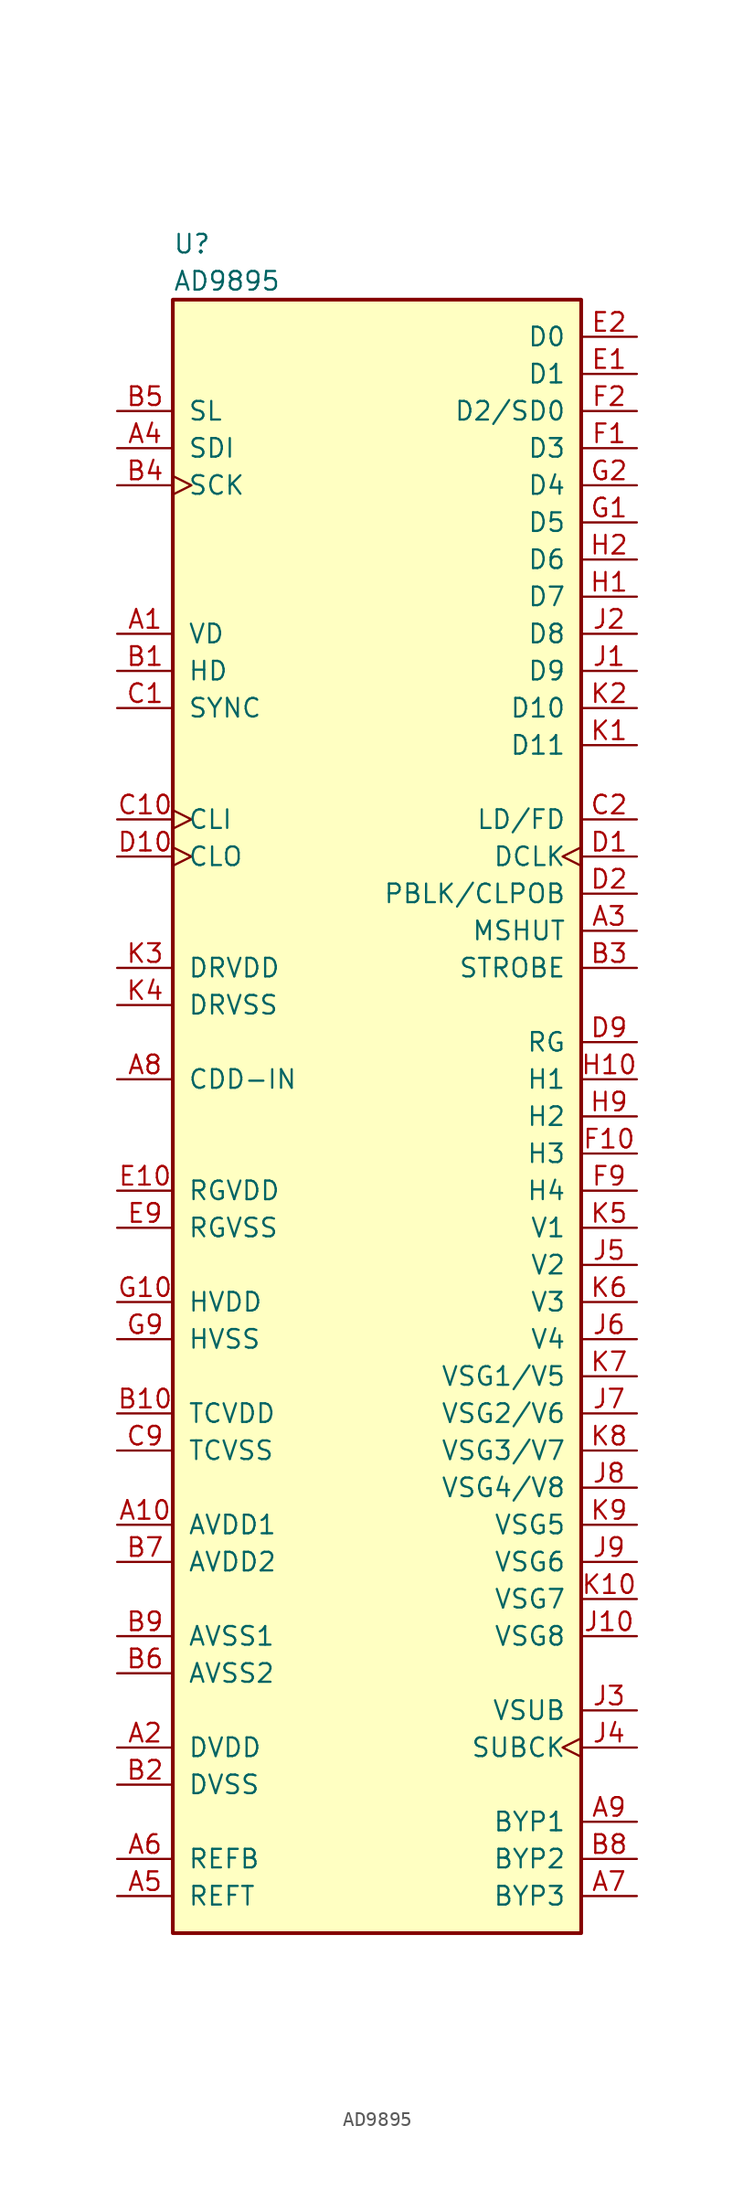
<source format=kicad_sym>
(kicad_symbol_lib
  (version 20220914)
  (generator kicad_symbol_editor)
  (symbol "AD9895"
    (pin_names
      (offset 1.016))
    (property "Reference" "U"
      (at -13.97 59.69 0)
      (effects (font (size 1.27 1.27)) (justify left)))
    (property "Value" "AD9895"
      (at -13.97 57.15 0)
      (effects (font (size 1.27 1.27)) (justify left)))
    (symbol "AD9895_0_1"
      (rectangle (start 13.97 -55.88) (end -13.97 55.88) (stroke (width 0.254) (type default)) (fill (type background))))
    (symbol "AD9895_1_1"
      (pin bidirectional line (at -17.78 33.02 0) (length 3.81) (name "VD" (effects (font (size 1.27 1.27)))) (number "A1" (effects (font (size 1.27 1.27)))))
      (pin power_in line (at -17.78 -27.94 0) (length 3.81) (name "AVDD1" (effects (font (size 1.27 1.27)))) (number "A10" (effects (font (size 1.27 1.27)))))
      (pin power_in line (at -17.78 -43.18 0) (length 3.81) (name "DVDD" (effects (font (size 1.27 1.27)))) (number "A2" (effects (font (size 1.27 1.27)))))
      (pin output line (at 17.78 12.7 180) (length 3.81) (name "MSHUT" (effects (font (size 1.27 1.27)))) (number "A3" (effects (font (size 1.27 1.27)))))
      (pin input line (at -17.78 45.72 0) (length 3.81) (name "SDI" (effects (font (size 1.27 1.27)))) (number "A4" (effects (font (size 1.27 1.27)))))
      (pin output line (at -17.78 -53.34 0) (length 3.81) (name "REFT" (effects (font (size 1.27 1.27)))) (number "A5" (effects (font (size 1.27 1.27)))))
      (pin output line (at -17.78 -50.8 0) (length 3.81) (name "REFB" (effects (font (size 1.27 1.27)))) (number "A6" (effects (font (size 1.27 1.27)))))
      (pin output line (at 17.78 -53.34 180) (length 3.81) (name "BYP3" (effects (font (size 1.27 1.27)))) (number "A7" (effects (font (size 1.27 1.27)))))
      (pin input line (at -17.78 2.54 0) (length 3.81) (name "CDD-IN" (effects (font (size 1.27 1.27)))) (number "A8" (effects (font (size 1.27 1.27)))))
      (pin output line (at 17.78 -48.26 180) (length 3.81) (name "BYP1" (effects (font (size 1.27 1.27)))) (number "A9" (effects (font (size 1.27 1.27)))))
      (pin bidirectional line (at -17.78 30.48 0) (length 3.81) (name "HD" (effects (font (size 1.27 1.27)))) (number "B1" (effects (font (size 1.27 1.27)))))
      (pin power_in line (at -17.78 -20.32 0) (length 3.81) (name "TCVDD" (effects (font (size 1.27 1.27)))) (number "B10" (effects (font (size 1.27 1.27)))))
      (pin power_in line (at -17.78 -45.72 0) (length 3.81) (name "DVSS" (effects (font (size 1.27 1.27)))) (number "B2" (effects (font (size 1.27 1.27)))))
      (pin output line (at 17.78 10.16 180) (length 3.81) (name "STROBE" (effects (font (size 1.27 1.27)))) (number "B3" (effects (font (size 1.27 1.27)))))
      (pin input clock (at -17.78 43.18 0) (length 3.81) (name "SCK" (effects (font (size 1.27 1.27)))) (number "B4" (effects (font (size 1.27 1.27)))))
      (pin input line (at -17.78 48.26 0) (length 3.81) (name "SL" (effects (font (size 1.27 1.27)))) (number "B5" (effects (font (size 1.27 1.27)))))
      (pin power_in line (at -17.78 -38.1 0) (length 3.81) (name "AVSS2" (effects (font (size 1.27 1.27)))) (number "B6" (effects (font (size 1.27 1.27)))))
      (pin power_in line (at -17.78 -30.48 0) (length 3.81) (name "AVDD2" (effects (font (size 1.27 1.27)))) (number "B7" (effects (font (size 1.27 1.27)))))
      (pin output line (at 17.78 -50.8 180) (length 3.81) (name "BYP2" (effects (font (size 1.27 1.27)))) (number "B8" (effects (font (size 1.27 1.27)))))
      (pin power_in line (at -17.78 -35.56 0) (length 3.81) (name "AVSS1" (effects (font (size 1.27 1.27)))) (number "B9" (effects (font (size 1.27 1.27)))))
      (pin input line (at -17.78 27.94 0) (length 3.81) (name "SYNC" (effects (font (size 1.27 1.27)))) (number "C1" (effects (font (size 1.27 1.27)))))
      (pin input clock (at -17.78 20.32 0) (length 3.81) (name "CLI" (effects (font (size 1.27 1.27)))) (number "C10" (effects (font (size 1.27 1.27)))))
      (pin output line (at 17.78 20.32 180) (length 3.81) (name "LD/FD" (effects (font (size 1.27 1.27)))) (number "C2" (effects (font (size 1.27 1.27)))))
      (pin power_in line (at -17.78 -22.86 0) (length 3.81) (name "TCVSS" (effects (font (size 1.27 1.27)))) (number "C9" (effects (font (size 1.27 1.27)))))
      (pin output clock (at 17.78 17.78 180) (length 3.81) (name "DCLK" (effects (font (size 1.27 1.27)))) (number "D1" (effects (font (size 1.27 1.27)))))
      (pin output clock (at -17.78 17.78 0) (length 3.81) (name "CLO" (effects (font (size 1.27 1.27)))) (number "D10" (effects (font (size 1.27 1.27)))))
      (pin output line (at 17.78 15.24 180) (length 3.81) (name "PBLK/CLPOB" (effects (font (size 1.27 1.27)))) (number "D2" (effects (font (size 1.27 1.27)))))
      (pin output line (at 17.78 5.08 180) (length 3.81) (name "RG" (effects (font (size 1.27 1.27)))) (number "D9" (effects (font (size 1.27 1.27)))))
      (pin output line (at 17.78 50.8 180) (length 3.81) (name "D1" (effects (font (size 1.27 1.27)))) (number "E1" (effects (font (size 1.27 1.27)))))
      (pin power_in line (at -17.78 -5.08 0) (length 3.81) (name "RGVDD" (effects (font (size 1.27 1.27)))) (number "E10" (effects (font (size 1.27 1.27)))))
      (pin output line (at 17.78 53.34 180) (length 3.81) (name "D0" (effects (font (size 1.27 1.27)))) (number "E2" (effects (font (size 1.27 1.27)))))
      (pin power_in line (at -17.78 -7.62 0) (length 3.81) (name "RGVSS" (effects (font (size 1.27 1.27)))) (number "E9" (effects (font (size 1.27 1.27)))))
      (pin output line (at 17.78 45.72 180) (length 3.81) (name "D3" (effects (font (size 1.27 1.27)))) (number "F1" (effects (font (size 1.27 1.27)))))
      (pin output line (at 17.78 -2.54 180) (length 3.81) (name "H3" (effects (font (size 1.27 1.27)))) (number "F10" (effects (font (size 1.27 1.27)))))
      (pin output line (at 17.78 48.26 180) (length 3.81) (name "D2/SD0" (effects (font (size 1.27 1.27)))) (number "F2" (effects (font (size 1.27 1.27)))))
      (pin output line (at 17.78 -5.08 180) (length 3.81) (name "H4" (effects (font (size 1.27 1.27)))) (number "F9" (effects (font (size 1.27 1.27)))))
      (pin output line (at 17.78 40.64 180) (length 3.81) (name "D5" (effects (font (size 1.27 1.27)))) (number "G1" (effects (font (size 1.27 1.27)))))
      (pin power_in line (at -17.78 -12.7 0) (length 3.81) (name "HVDD" (effects (font (size 1.27 1.27)))) (number "G10" (effects (font (size 1.27 1.27)))))
      (pin output line (at 17.78 43.18 180) (length 3.81) (name "D4" (effects (font (size 1.27 1.27)))) (number "G2" (effects (font (size 1.27 1.27)))))
      (pin power_in line (at -17.78 -15.24 0) (length 3.81) (name "HVSS" (effects (font (size 1.27 1.27)))) (number "G9" (effects (font (size 1.27 1.27)))))
      (pin output line (at 17.78 35.56 180) (length 3.81) (name "D7" (effects (font (size 1.27 1.27)))) (number "H1" (effects (font (size 1.27 1.27)))))
      (pin output line (at 17.78 2.54 180) (length 3.81) (name "H1" (effects (font (size 1.27 1.27)))) (number "H10" (effects (font (size 1.27 1.27)))))
      (pin output line (at 17.78 38.1 180) (length 3.81) (name "D6" (effects (font (size 1.27 1.27)))) (number "H2" (effects (font (size 1.27 1.27)))))
      (pin output line (at 17.78 0 180) (length 3.81) (name "H2" (effects (font (size 1.27 1.27)))) (number "H9" (effects (font (size 1.27 1.27)))))
      (pin output line (at 17.78 30.48 180) (length 3.81) (name "D9" (effects (font (size 1.27 1.27)))) (number "J1" (effects (font (size 1.27 1.27)))))
      (pin output line (at 17.78 -35.56 180) (length 3.81) (name "VSG8" (effects (font (size 1.27 1.27)))) (number "J10" (effects (font (size 1.27 1.27)))))
      (pin output line (at 17.78 33.02 180) (length 3.81) (name "D8" (effects (font (size 1.27 1.27)))) (number "J2" (effects (font (size 1.27 1.27)))))
      (pin output line (at 17.78 -40.64 180) (length 3.81) (name "VSUB" (effects (font (size 1.27 1.27)))) (number "J3" (effects (font (size 1.27 1.27)))))
      (pin output clock (at 17.78 -43.18 180) (length 3.81) (name "SUBCK" (effects (font (size 1.27 1.27)))) (number "J4" (effects (font (size 1.27 1.27)))))
      (pin output line (at 17.78 -10.16 180) (length 3.81) (name "V2" (effects (font (size 1.27 1.27)))) (number "J5" (effects (font (size 1.27 1.27)))))
      (pin output line (at 17.78 -15.24 180) (length 3.81) (name "V4" (effects (font (size 1.27 1.27)))) (number "J6" (effects (font (size 1.27 1.27)))))
      (pin output line (at 17.78 -20.32 180) (length 3.81) (name "VSG2/V6" (effects (font (size 1.27 1.27)))) (number "J7" (effects (font (size 1.27 1.27)))))
      (pin output line (at 17.78 -25.4 180) (length 3.81) (name "VSG4/V8" (effects (font (size 1.27 1.27)))) (number "J8" (effects (font (size 1.27 1.27)))))
      (pin output line (at 17.78 -30.48 180) (length 3.81) (name "VSG6" (effects (font (size 1.27 1.27)))) (number "J9" (effects (font (size 1.27 1.27)))))
      (pin input line (at 17.78 25.4 180) (length 3.81) (name "D11" (effects (font (size 1.27 1.27)))) (number "K1" (effects (font (size 1.27 1.27)))))
      (pin output line (at 17.78 -33.02 180) (length 3.81) (name "VSG7" (effects (font (size 1.27 1.27)))) (number "K10" (effects (font (size 1.27 1.27)))))
      (pin output line (at 17.78 27.94 180) (length 3.81) (name "D10" (effects (font (size 1.27 1.27)))) (number "K2" (effects (font (size 1.27 1.27)))))
      (pin power_out line (at -17.78 10.16 0) (length 3.81) (name "DRVDD" (effects (font (size 1.27 1.27)))) (number "K3" (effects (font (size 1.27 1.27)))))
      (pin power_out line (at -17.78 7.62 0) (length 3.81) (name "DRVSS" (effects (font (size 1.27 1.27)))) (number "K4" (effects (font (size 1.27 1.27)))))
      (pin output line (at 17.78 -7.62 180) (length 3.81) (name "V1" (effects (font (size 1.27 1.27)))) (number "K5" (effects (font (size 1.27 1.27)))))
      (pin output line (at 17.78 -12.7 180) (length 3.81) (name "V3" (effects (font (size 1.27 1.27)))) (number "K6" (effects (font (size 1.27 1.27)))))
      (pin output line (at 17.78 -17.78 180) (length 3.81) (name "VSG1/V5" (effects (font (size 1.27 1.27)))) (number "K7" (effects (font (size 1.27 1.27)))))
      (pin output line (at 17.78 -22.86 180) (length 3.81) (name "VSG3/V7" (effects (font (size 1.27 1.27)))) (number "K8" (effects (font (size 1.27 1.27)))))
      (pin output line (at 17.78 -27.94 180) (length 3.81) (name "VSG5" (effects (font (size 1.27 1.27)))) (number "K9" (effects (font (size 1.27 1.27))))))))
</source>
